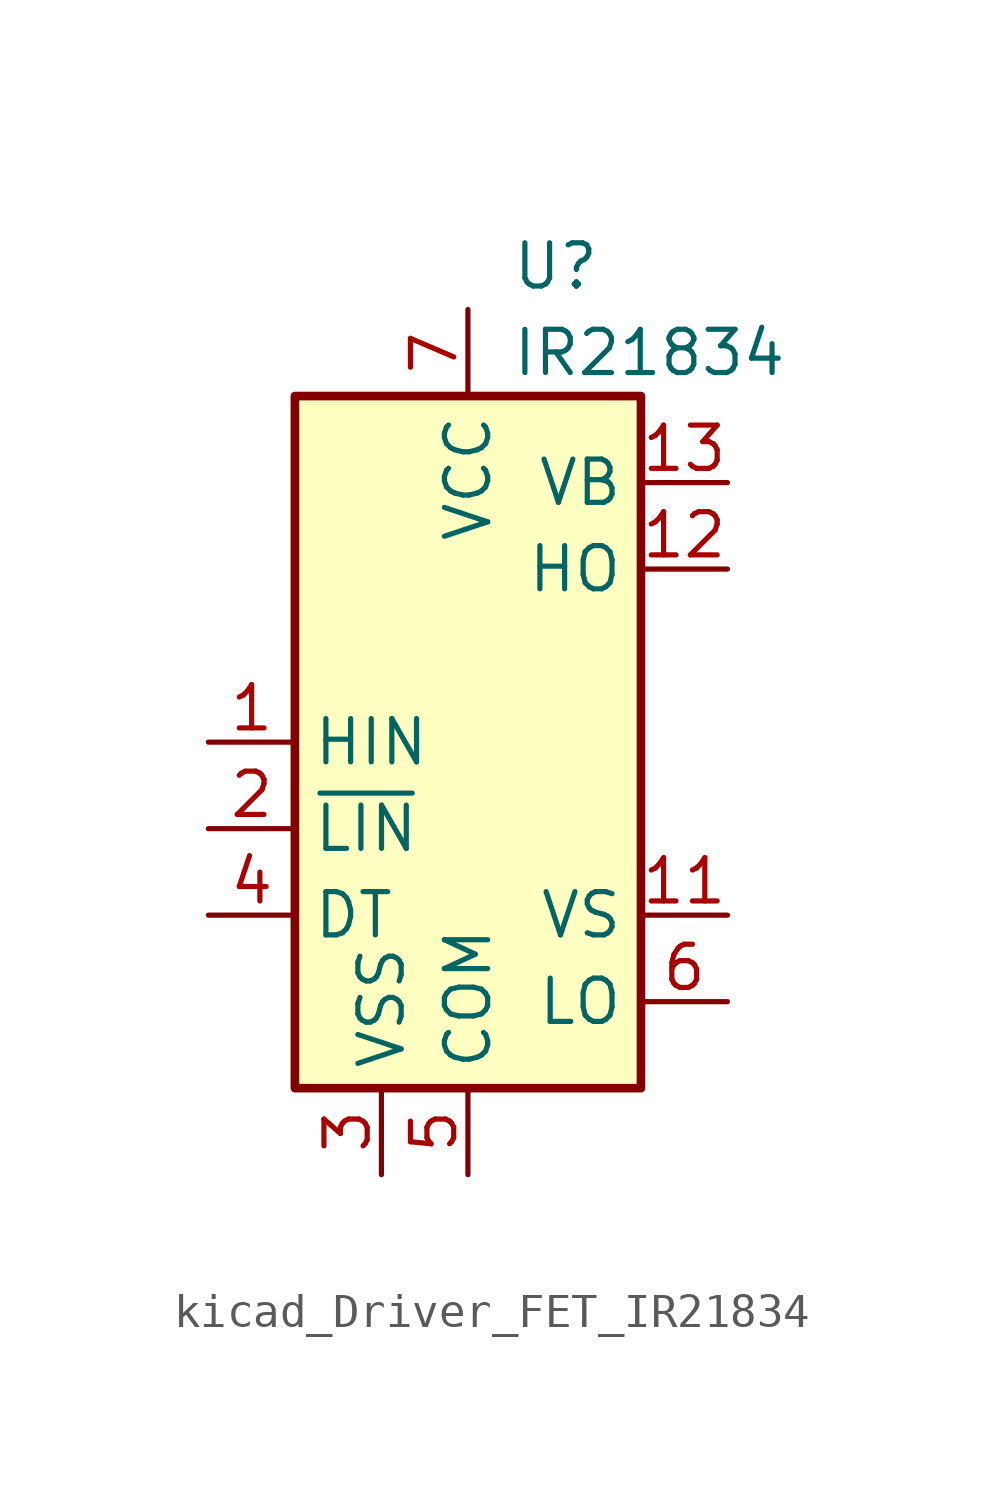
<source format=kicad_sym>
(kicad_symbol_lib
  (version 20220914)
  (generator kicad_symbol_editor)
  (symbol "kicad_Driver_FET_IR21834"
    (property "Reference" "U"
      (at 1.27 13.97 0)
      (effects (font (size 1.27 1.27)) (justify left)))
    (property "Value" "IR21834"
      (at 1.27 11.43 0)
      (effects (font (size 1.27 1.27)) (justify left)))
    (symbol "kicad_Driver_FET_IR21834_0_1"
      (rectangle (start -5.08 -10.16) (end 5.08 10.16) (stroke (width 0.254) (type default)) (fill (type background))))
    (symbol "kicad_Driver_FET_IR21834_1_1"
      (pin input line (at -7.62 0 0) (length 2.54) (name "HIN" (effects (font (size 1.27 1.27)))) (number "1" (effects (font (size 1.27 1.27)))))
      (pin no_connect line (at -5.08 2.54 0) (length 2.54) hide (name "NC" (effects (font (size 1.27 1.27)))) (number "10" (effects (font (size 1.27 1.27)))))
      (pin passive line (at 7.62 -5.08 180) (length 2.54) (name "VS" (effects (font (size 1.27 1.27)))) (number "11" (effects (font (size 1.27 1.27)))))
      (pin output line (at 7.62 5.08 180) (length 2.54) (name "HO" (effects (font (size 1.27 1.27)))) (number "12" (effects (font (size 1.27 1.27)))))
      (pin passive line (at 7.62 7.62 180) (length 2.54) (name "VB" (effects (font (size 1.27 1.27)))) (number "13" (effects (font (size 1.27 1.27)))))
      (pin no_connect line (at 5.08 2.54 180) (length 2.54) hide (name "NC" (effects (font (size 1.27 1.27)))) (number "14" (effects (font (size 1.27 1.27)))))
      (pin input line (at -7.62 -2.54 0) (length 2.54) (name "~{LIN}" (effects (font (size 1.27 1.27)))) (number "2" (effects (font (size 1.27 1.27)))))
      (pin power_in line (at -2.54 -12.7 90) (length 2.54) (name "VSS" (effects (font (size 1.27 1.27)))) (number "3" (effects (font (size 1.27 1.27)))))
      (pin input line (at -7.62 -5.08 0) (length 2.54) (name "DT" (effects (font (size 1.27 1.27)))) (number "4" (effects (font (size 1.27 1.27)))))
      (pin power_in line (at 0 -12.7 90) (length 2.54) (name "COM" (effects (font (size 1.27 1.27)))) (number "5" (effects (font (size 1.27 1.27)))))
      (pin output line (at 7.62 -7.62 180) (length 2.54) (name "LO" (effects (font (size 1.27 1.27)))) (number "6" (effects (font (size 1.27 1.27)))))
      (pin power_in line (at 0 12.7 270) (length 2.54) (name "VCC" (effects (font (size 1.27 1.27)))) (number "7" (effects (font (size 1.27 1.27)))))
      (pin no_connect line (at -5.08 7.62 0) (length 2.54) hide (name "NC" (effects (font (size 1.27 1.27)))) (number "8" (effects (font (size 1.27 1.27)))))
      (pin no_connect line (at -5.08 5.08 0) (length 2.54) hide (name "NC" (effects (font (size 1.27 1.27)))) (number "9" (effects (font (size 1.27 1.27))))))))
</source>
